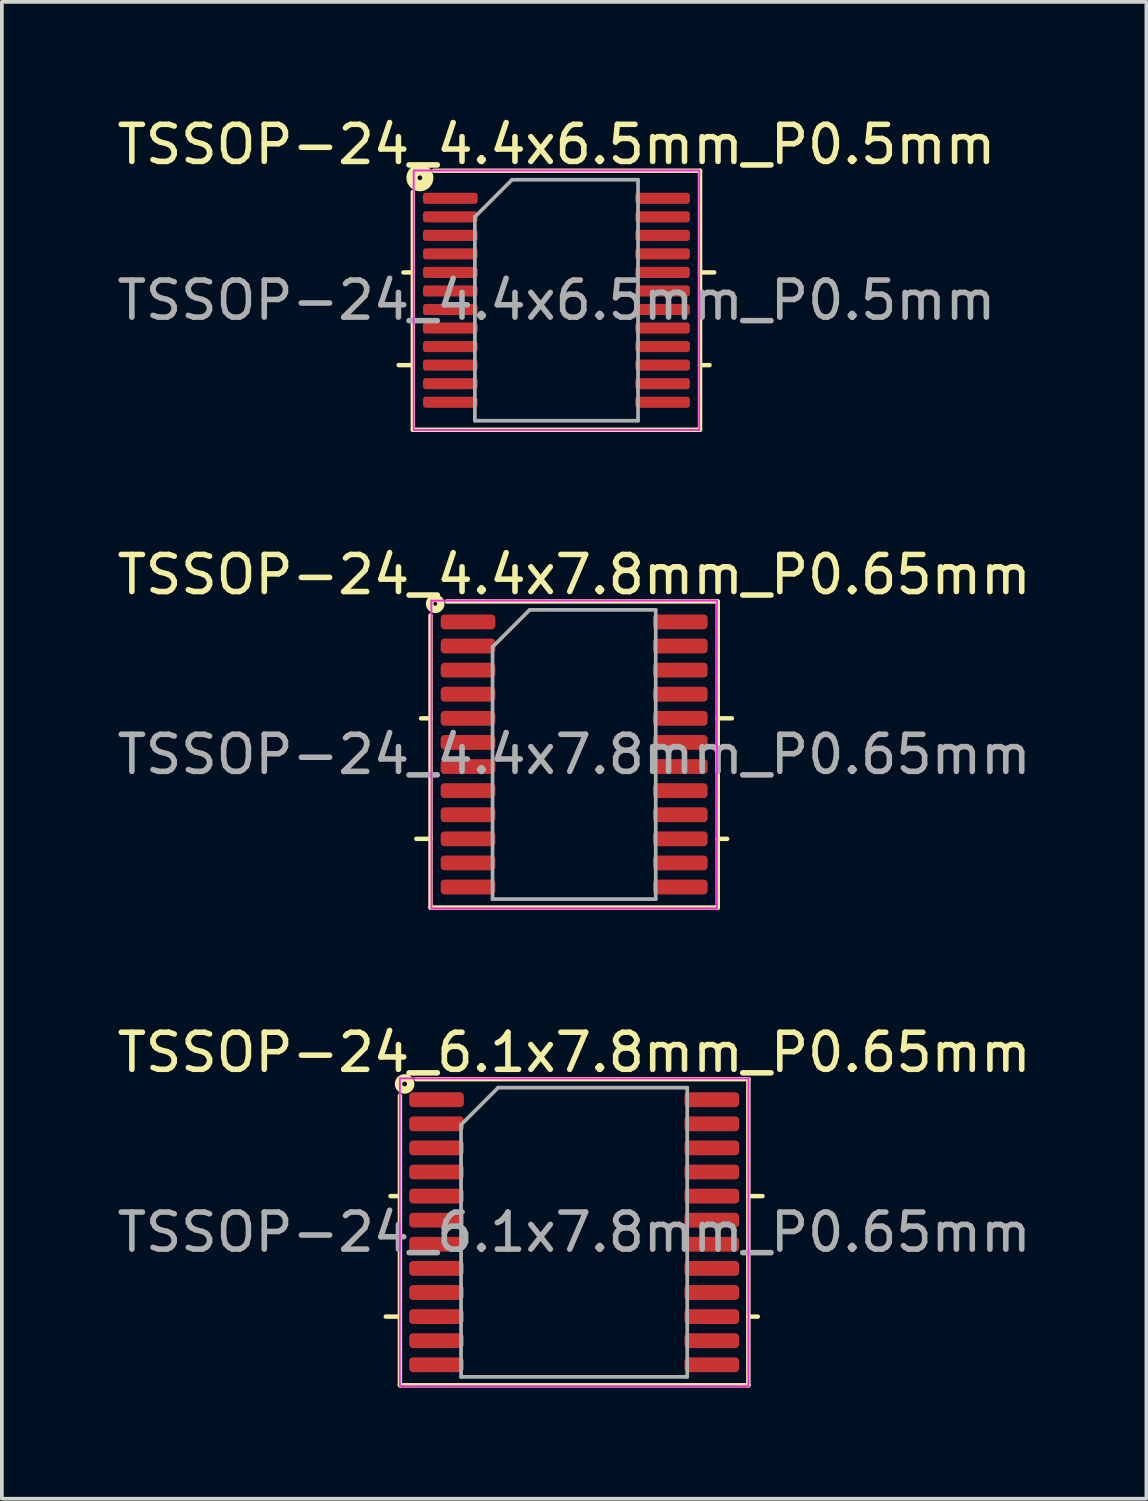
<source format=kicad_pcb>
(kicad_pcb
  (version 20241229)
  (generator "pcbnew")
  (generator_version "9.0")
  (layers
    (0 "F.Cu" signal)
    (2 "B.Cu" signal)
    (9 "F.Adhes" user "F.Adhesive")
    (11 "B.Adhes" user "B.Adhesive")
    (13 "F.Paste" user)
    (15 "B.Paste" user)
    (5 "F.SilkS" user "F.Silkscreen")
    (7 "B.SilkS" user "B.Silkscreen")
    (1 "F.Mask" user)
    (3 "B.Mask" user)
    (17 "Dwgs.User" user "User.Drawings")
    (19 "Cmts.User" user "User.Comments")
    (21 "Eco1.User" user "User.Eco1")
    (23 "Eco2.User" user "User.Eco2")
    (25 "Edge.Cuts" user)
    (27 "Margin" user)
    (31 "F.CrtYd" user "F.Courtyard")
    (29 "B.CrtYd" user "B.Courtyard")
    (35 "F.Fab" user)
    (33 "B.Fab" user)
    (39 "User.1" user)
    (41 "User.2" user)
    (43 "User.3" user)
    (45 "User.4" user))
  (footprint "TSSOP-24_6.1x7.8mm_P0.65mm"
    (layer "F.Cu")
    (at 12.435 30.185)
    (property "Reference" "TSSOP-24_6.1x7.8mm_P0.65mm" (at 0 -4.85 0) (layer "F.SilkS") (effects (font (size 1 1) (thickness 0.15))))
    (attr smd)
    (fp_line (start -4.699 -3.683) (end -4.699 4.128) (stroke (width 0.12) (type solid)) (layer "F.SilkS"))
    (fp_line (start -4.699 -0.975) (end -4.953 -0.975) (stroke (width 0.12) (type solid)) (layer "F.SilkS"))
    (fp_line (start -4.699 2.275) (end -5.08 2.275) (stroke (width 0.12) (type solid)) (layer "F.SilkS"))
    (fp_line (start -4.699 4.128) (end 4.699 4.128) (stroke (width 0.12) (type solid)) (layer "F.SilkS"))
    (fp_line (start 4.699 -4.128) (end -4.255 -4.128) (stroke (width 0.12) (type solid)) (layer "F.SilkS"))
    (fp_line (start 4.699 -0.975) (end 5.08 -0.975) (stroke (width 0.12) (type solid)) (layer "F.SilkS"))
    (fp_line (start 4.699 2.275) (end 4.953 2.275) (stroke (width 0.12) (type solid)) (layer "F.SilkS"))
    (fp_line (start 4.699 4.128) (end 4.699 -4.128) (stroke (width 0.12) (type solid)) (layer "F.SilkS"))
    (fp_circle (center -4.572 -4) (end -4.508 -4) (stroke (width 0.2) (type solid)) (fill no) (layer "F.SilkS"))
    (fp_line (start -4.7 -4.15) (end -4.7 4.15) (stroke (width 0.05) (type solid)) (layer "F.CrtYd"))
    (fp_line (start -4.7 4.15) (end 4.7 4.15) (stroke (width 0.05) (type solid)) (layer "F.CrtYd"))
    (fp_line (start 4.7 -4.15) (end -4.7 -4.15) (stroke (width 0.05) (type solid)) (layer "F.CrtYd"))
    (fp_line (start 4.7 4.15) (end 4.7 -4.15) (stroke (width 0.05) (type solid)) (layer "F.CrtYd"))
    (fp_line (start -3.05 -2.9) (end -2.05 -3.9) (stroke (width 0.1) (type solid)) (layer "F.Fab"))
    (fp_line (start -3.05 3.9) (end -3.05 -2.9) (stroke (width 0.1) (type solid)) (layer "F.Fab"))
    (fp_line (start -2.05 -3.9) (end 3.05 -3.9) (stroke (width 0.1) (type solid)) (layer "F.Fab"))
    (fp_line (start 3.05 -3.9) (end 3.05 3.9) (stroke (width 0.1) (type solid)) (layer "F.Fab"))
    (fp_line (start 3.05 3.9) (end -3.05 3.9) (stroke (width 0.1) (type solid)) (layer "F.Fab"))
    (fp_text user "${REFERENCE}" (at 0 0 0) (layer "F.Fab") (effects (font (size 1 1) (thickness 0.15))))
    (pad "1" smd roundrect (at -3.712 -3.575) (size 1.475 0.4) (layers "F.Cu" "F.Mask" "F.Paste") (roundrect_rratio 0.25))
    (pad "2" smd roundrect (at -3.712 -2.925) (size 1.475 0.4) (layers "F.Cu" "F.Mask" "F.Paste") (roundrect_rratio 0.25))
    (pad "3" smd roundrect (at -3.712 -2.275) (size 1.475 0.4) (layers "F.Cu" "F.Mask" "F.Paste") (roundrect_rratio 0.25))
    (pad "4" smd roundrect (at -3.712 -1.625) (size 1.475 0.4) (layers "F.Cu" "F.Mask" "F.Paste") (roundrect_rratio 0.25))
    (pad "5" smd roundrect (at -3.712 -0.975) (size 1.475 0.4) (layers "F.Cu" "F.Mask" "F.Paste") (roundrect_rratio 0.25))
    (pad "6" smd roundrect (at -3.712 -0.325) (size 1.475 0.4) (layers "F.Cu" "F.Mask" "F.Paste") (roundrect_rratio 0.25))
    (pad "7" smd roundrect (at -3.712 0.325) (size 1.475 0.4) (layers "F.Cu" "F.Mask" "F.Paste") (roundrect_rratio 0.25))
    (pad "8" smd roundrect (at -3.712 0.975) (size 1.475 0.4) (layers "F.Cu" "F.Mask" "F.Paste") (roundrect_rratio 0.25))
    (pad "9" smd roundrect (at -3.712 1.625) (size 1.475 0.4) (layers "F.Cu" "F.Mask" "F.Paste") (roundrect_rratio 0.25))
    (pad "10" smd roundrect (at -3.712 2.275) (size 1.475 0.4) (layers "F.Cu" "F.Mask" "F.Paste") (roundrect_rratio 0.25))
    (pad "11" smd roundrect (at -3.712 2.925) (size 1.475 0.4) (layers "F.Cu" "F.Mask" "F.Paste") (roundrect_rratio 0.25))
    (pad "12" smd roundrect (at -3.712 3.575) (size 1.475 0.4) (layers "F.Cu" "F.Mask" "F.Paste") (roundrect_rratio 0.25))
    (pad "13" smd roundrect (at 3.712 3.575) (size 1.475 0.4) (layers "F.Cu" "F.Mask" "F.Paste") (roundrect_rratio 0.25))
    (pad "14" smd roundrect (at 3.712 2.925) (size 1.475 0.4) (layers "F.Cu" "F.Mask" "F.Paste") (roundrect_rratio 0.25))
    (pad "15" smd roundrect (at 3.712 2.275) (size 1.475 0.4) (layers "F.Cu" "F.Mask" "F.Paste") (roundrect_rratio 0.25))
    (pad "16" smd roundrect (at 3.712 1.625) (size 1.475 0.4) (layers "F.Cu" "F.Mask" "F.Paste") (roundrect_rratio 0.25))
    (pad "17" smd roundrect (at 3.712 0.975) (size 1.475 0.4) (layers "F.Cu" "F.Mask" "F.Paste") (roundrect_rratio 0.25))
    (pad "18" smd roundrect (at 3.712 0.325) (size 1.475 0.4) (layers "F.Cu" "F.Mask" "F.Paste") (roundrect_rratio 0.25))
    (pad "19" smd roundrect (at 3.712 -0.325) (size 1.475 0.4) (layers "F.Cu" "F.Mask" "F.Paste") (roundrect_rratio 0.25))
    (pad "20" smd roundrect (at 3.712 -0.975) (size 1.475 0.4) (layers "F.Cu" "F.Mask" "F.Paste") (roundrect_rratio 0.25))
    (pad "21" smd roundrect (at 3.712 -1.625) (size 1.475 0.4) (layers "F.Cu" "F.Mask" "F.Paste") (roundrect_rratio 0.25))
    (pad "22" smd roundrect (at 3.712 -2.275) (size 1.475 0.4) (layers "F.Cu" "F.Mask" "F.Paste") (roundrect_rratio 0.25))
    (pad "23" smd roundrect (at 3.712 -2.925) (size 1.475 0.4) (layers "F.Cu" "F.Mask" "F.Paste") (roundrect_rratio 0.25))
    (pad "24" smd roundrect (at 3.712 -3.575) (size 1.475 0.4) (layers "F.Cu" "F.Mask" "F.Paste") (roundrect_rratio 0.25)))
  (footprint "TSSOP-24_4.4x6.5mm_P0.5mm"
    (layer "F.Cu")
    (at 11.958 5.048)
    (property "Reference" "TSSOP-24_4.4x6.5mm_P0.5mm" (at 0 -4.2 0) (layer "F.SilkS") (effects (font (size 1 1) (thickness 0.15))))
    (attr smd)
    (fp_line (start -4.255 1.75) (end -3.873 1.75) (stroke (width 0.12) (type solid)) (layer "F.SilkS"))
    (fp_line (start -3.873 -2.921) (end -3.873 3.493) (stroke (width 0.12) (type solid)) (layer "F.SilkS"))
    (fp_line (start -3.873 -0.75) (end -4.128 -0.75) (stroke (width 0.12) (type solid)) (layer "F.SilkS"))
    (fp_line (start -3.873 3.493) (end 3.873 3.493) (stroke (width 0.12) (type solid)) (layer "F.SilkS"))
    (fp_line (start 3.873 -3.493) (end -3.302 -3.493) (stroke (width 0.12) (type solid)) (layer "F.SilkS"))
    (fp_line (start 3.873 -0.75) (end 4.255 -0.75) (stroke (width 0.12) (type solid)) (layer "F.SilkS"))
    (fp_line (start 3.873 1.75) (end 4.128 1.75) (stroke (width 0.12) (type solid)) (layer "F.SilkS"))
    (fp_line (start 3.873 3.493) (end 3.873 -3.493) (stroke (width 0.12) (type solid)) (layer "F.SilkS"))
    (fp_circle (center -3.683 -3.302) (end -3.619 -3.302) (stroke (width 0.3) (type solid)) (fill no) (layer "F.SilkS"))
    (fp_line (start -3.85 -3.5) (end -3.85 3.5) (stroke (width 0.05) (type solid)) (layer "F.CrtYd"))
    (fp_line (start -3.85 3.5) (end 3.85 3.5) (stroke (width 0.05) (type solid)) (layer "F.CrtYd"))
    (fp_line (start 3.85 -3.5) (end -3.85 -3.5) (stroke (width 0.05) (type solid)) (layer "F.CrtYd"))
    (fp_line (start 3.85 3.5) (end 3.85 -3.5) (stroke (width 0.05) (type solid)) (layer "F.CrtYd"))
    (fp_line (start -2.2 -2.25) (end -1.2 -3.25) (stroke (width 0.1) (type solid)) (layer "F.Fab"))
    (fp_line (start -2.2 3.25) (end -2.2 -2.25) (stroke (width 0.1) (type solid)) (layer "F.Fab"))
    (fp_line (start -1.2 -3.25) (end 2.2 -3.25) (stroke (width 0.1) (type solid)) (layer "F.Fab"))
    (fp_line (start 2.2 -3.25) (end 2.2 3.25) (stroke (width 0.1) (type solid)) (layer "F.Fab"))
    (fp_line (start 2.2 3.25) (end -2.2 3.25) (stroke (width 0.1) (type solid)) (layer "F.Fab"))
    (fp_text user "${REFERENCE}" (at 0 0 0) (layer "F.Fab") (effects (font (size 1 1) (thickness 0.15))))
    (pad "1" smd roundrect (at -2.862 -2.75) (size 1.475 0.3) (layers "F.Cu" "F.Mask" "F.Paste") (roundrect_rratio 0.25))
    (pad "2" smd roundrect (at -2.862 -2.25) (size 1.475 0.3) (layers "F.Cu" "F.Mask" "F.Paste") (roundrect_rratio 0.25))
    (pad "3" smd roundrect (at -2.862 -1.75) (size 1.475 0.3) (layers "F.Cu" "F.Mask" "F.Paste") (roundrect_rratio 0.25))
    (pad "4" smd roundrect (at -2.862 -1.25) (size 1.475 0.3) (layers "F.Cu" "F.Mask" "F.Paste") (roundrect_rratio 0.25))
    (pad "5" smd roundrect (at -2.862 -0.75) (size 1.475 0.3) (layers "F.Cu" "F.Mask" "F.Paste") (roundrect_rratio 0.25))
    (pad "6" smd roundrect (at -2.862 -0.25) (size 1.475 0.3) (layers "F.Cu" "F.Mask" "F.Paste") (roundrect_rratio 0.25))
    (pad "7" smd roundrect (at -2.862 0.25) (size 1.475 0.3) (layers "F.Cu" "F.Mask" "F.Paste") (roundrect_rratio 0.25))
    (pad "8" smd roundrect (at -2.862 0.75) (size 1.475 0.3) (layers "F.Cu" "F.Mask" "F.Paste") (roundrect_rratio 0.25))
    (pad "9" smd roundrect (at -2.862 1.25) (size 1.475 0.3) (layers "F.Cu" "F.Mask" "F.Paste") (roundrect_rratio 0.25))
    (pad "10" smd roundrect (at -2.862 1.75) (size 1.475 0.3) (layers "F.Cu" "F.Mask" "F.Paste") (roundrect_rratio 0.25))
    (pad "11" smd roundrect (at -2.862 2.25) (size 1.475 0.3) (layers "F.Cu" "F.Mask" "F.Paste") (roundrect_rratio 0.25))
    (pad "12" smd roundrect (at -2.862 2.75) (size 1.475 0.3) (layers "F.Cu" "F.Mask" "F.Paste") (roundrect_rratio 0.25))
    (pad "13" smd roundrect (at 2.862 2.75) (size 1.475 0.3) (layers "F.Cu" "F.Mask" "F.Paste") (roundrect_rratio 0.25))
    (pad "14" smd roundrect (at 2.862 2.25) (size 1.475 0.3) (layers "F.Cu" "F.Mask" "F.Paste") (roundrect_rratio 0.25))
    (pad "15" smd roundrect (at 2.862 1.75) (size 1.475 0.3) (layers "F.Cu" "F.Mask" "F.Paste") (roundrect_rratio 0.25))
    (pad "16" smd roundrect (at 2.862 1.25) (size 1.475 0.3) (layers "F.Cu" "F.Mask" "F.Paste") (roundrect_rratio 0.25))
    (pad "17" smd roundrect (at 2.862 0.75) (size 1.475 0.3) (layers "F.Cu" "F.Mask" "F.Paste") (roundrect_rratio 0.25))
    (pad "18" smd roundrect (at 2.862 0.25) (size 1.475 0.3) (layers "F.Cu" "F.Mask" "F.Paste") (roundrect_rratio 0.25))
    (pad "19" smd roundrect (at 2.862 -0.25) (size 1.475 0.3) (layers "F.Cu" "F.Mask" "F.Paste") (roundrect_rratio 0.25))
    (pad "20" smd roundrect (at 2.862 -0.75) (size 1.475 0.3) (layers "F.Cu" "F.Mask" "F.Paste") (roundrect_rratio 0.25))
    (pad "21" smd roundrect (at 2.862 -1.25) (size 1.475 0.3) (layers "F.Cu" "F.Mask" "F.Paste") (roundrect_rratio 0.25))
    (pad "22" smd roundrect (at 2.862 -1.75) (size 1.475 0.3) (layers "F.Cu" "F.Mask" "F.Paste") (roundrect_rratio 0.25))
    (pad "23" smd roundrect (at 2.862 -2.25) (size 1.475 0.3) (layers "F.Cu" "F.Mask" "F.Paste") (roundrect_rratio 0.25))
    (pad "24" smd roundrect (at 2.862 -2.75) (size 1.475 0.3) (layers "F.Cu" "F.Mask" "F.Paste") (roundrect_rratio 0.25)))
  (footprint "TSSOP-24_4.4x7.8mm_P0.65mm"
    (layer "F.Cu")
    (at 12.435 17.299)
    (property "Reference" "TSSOP-24_4.4x7.8mm_P0.65mm" (at 0 -4.85 0) (layer "F.SilkS") (effects (font (size 1 1) (thickness 0.15))))
    (attr smd)
    (fp_line (start -3.873 -3.747) (end -3.873 4.128) (stroke (width 0.12) (type solid)) (layer "F.SilkS"))
    (fp_line (start -3.873 -0.975) (end -4.128 -0.975) (stroke (width 0.12) (type solid)) (layer "F.SilkS"))
    (fp_line (start -3.873 2.275) (end -4.255 2.275) (stroke (width 0.12) (type solid)) (layer "F.SilkS"))
    (fp_line (start -3.873 4.128) (end 3.873 4.128) (stroke (width 0.12) (type solid)) (layer "F.SilkS"))
    (fp_line (start 3.873 -4.128) (end -3.429 -4.128) (stroke (width 0.12) (type solid)) (layer "F.SilkS"))
    (fp_line (start 3.873 -0.975) (end 4.255 -0.975) (stroke (width 0.12) (type solid)) (layer "F.SilkS"))
    (fp_line (start 3.873 2.275) (end 4.128 2.275) (stroke (width 0.12) (type solid)) (layer "F.SilkS"))
    (fp_line (start 3.873 4.128) (end 3.873 -4.128) (stroke (width 0.12) (type solid)) (layer "F.SilkS"))
    (fp_circle (center -3.747 -4.064) (end -3.696 -4.064) (stroke (width 0.2) (type solid)) (fill no) (layer "F.SilkS"))
    (fp_line (start -3.85 -4.15) (end -3.85 4.15) (stroke (width 0.05) (type solid)) (layer "F.CrtYd"))
    (fp_line (start -3.85 4.15) (end 3.85 4.15) (stroke (width 0.05) (type solid)) (layer "F.CrtYd"))
    (fp_line (start 3.85 -4.15) (end -3.85 -4.15) (stroke (width 0.05) (type solid)) (layer "F.CrtYd"))
    (fp_line (start 3.85 4.15) (end 3.85 -4.15) (stroke (width 0.05) (type solid)) (layer "F.CrtYd"))
    (fp_line (start -2.2 -2.9) (end -1.2 -3.9) (stroke (width 0.1) (type solid)) (layer "F.Fab"))
    (fp_line (start -2.2 3.9) (end -2.2 -2.9) (stroke (width 0.1) (type solid)) (layer "F.Fab"))
    (fp_line (start -1.2 -3.9) (end 2.2 -3.9) (stroke (width 0.1) (type solid)) (layer "F.Fab"))
    (fp_line (start 2.2 -3.9) (end 2.2 3.9) (stroke (width 0.1) (type solid)) (layer "F.Fab"))
    (fp_line (start 2.2 3.9) (end -2.2 3.9) (stroke (width 0.1) (type solid)) (layer "F.Fab"))
    (fp_text user "${REFERENCE}" (at 0 0 0) (layer "F.Fab") (effects (font (size 1 1) (thickness 0.15))))
    (pad "1" smd roundrect (at -2.862 -3.575) (size 1.475 0.4) (layers "F.Cu" "F.Mask" "F.Paste") (roundrect_rratio 0.25))
    (pad "2" smd roundrect (at -2.862 -2.925) (size 1.475 0.4) (layers "F.Cu" "F.Mask" "F.Paste") (roundrect_rratio 0.25))
    (pad "3" smd roundrect (at -2.862 -2.275) (size 1.475 0.4) (layers "F.Cu" "F.Mask" "F.Paste") (roundrect_rratio 0.25))
    (pad "4" smd roundrect (at -2.862 -1.625) (size 1.475 0.4) (layers "F.Cu" "F.Mask" "F.Paste") (roundrect_rratio 0.25))
    (pad "5" smd roundrect (at -2.862 -0.975) (size 1.475 0.4) (layers "F.Cu" "F.Mask" "F.Paste") (roundrect_rratio 0.25))
    (pad "6" smd roundrect (at -2.862 -0.325) (size 1.475 0.4) (layers "F.Cu" "F.Mask" "F.Paste") (roundrect_rratio 0.25))
    (pad "7" smd roundrect (at -2.862 0.325) (size 1.475 0.4) (layers "F.Cu" "F.Mask" "F.Paste") (roundrect_rratio 0.25))
    (pad "8" smd roundrect (at -2.862 0.975) (size 1.475 0.4) (layers "F.Cu" "F.Mask" "F.Paste") (roundrect_rratio 0.25))
    (pad "9" smd roundrect (at -2.862 1.625) (size 1.475 0.4) (layers "F.Cu" "F.Mask" "F.Paste") (roundrect_rratio 0.25))
    (pad "10" smd roundrect (at -2.862 2.275) (size 1.475 0.4) (layers "F.Cu" "F.Mask" "F.Paste") (roundrect_rratio 0.25))
    (pad "11" smd roundrect (at -2.862 2.925) (size 1.475 0.4) (layers "F.Cu" "F.Mask" "F.Paste") (roundrect_rratio 0.25))
    (pad "12" smd roundrect (at -2.862 3.575) (size 1.475 0.4) (layers "F.Cu" "F.Mask" "F.Paste") (roundrect_rratio 0.25))
    (pad "13" smd roundrect (at 2.862 3.575) (size 1.475 0.4) (layers "F.Cu" "F.Mask" "F.Paste") (roundrect_rratio 0.25))
    (pad "14" smd roundrect (at 2.862 2.925) (size 1.475 0.4) (layers "F.Cu" "F.Mask" "F.Paste") (roundrect_rratio 0.25))
    (pad "15" smd roundrect (at 2.862 2.275) (size 1.475 0.4) (layers "F.Cu" "F.Mask" "F.Paste") (roundrect_rratio 0.25))
    (pad "16" smd roundrect (at 2.862 1.625) (size 1.475 0.4) (layers "F.Cu" "F.Mask" "F.Paste") (roundrect_rratio 0.25))
    (pad "17" smd roundrect (at 2.862 0.975) (size 1.475 0.4) (layers "F.Cu" "F.Mask" "F.Paste") (roundrect_rratio 0.25))
    (pad "18" smd roundrect (at 2.862 0.325) (size 1.475 0.4) (layers "F.Cu" "F.Mask" "F.Paste") (roundrect_rratio 0.25))
    (pad "19" smd roundrect (at 2.862 -0.325) (size 1.475 0.4) (layers "F.Cu" "F.Mask" "F.Paste") (roundrect_rratio 0.25))
    (pad "20" smd roundrect (at 2.862 -0.975) (size 1.475 0.4) (layers "F.Cu" "F.Mask" "F.Paste") (roundrect_rratio 0.25))
    (pad "21" smd roundrect (at 2.862 -1.625) (size 1.475 0.4) (layers "F.Cu" "F.Mask" "F.Paste") (roundrect_rratio 0.25))
    (pad "22" smd roundrect (at 2.862 -2.275) (size 1.475 0.4) (layers "F.Cu" "F.Mask" "F.Paste") (roundrect_rratio 0.25))
    (pad "23" smd roundrect (at 2.862 -2.925) (size 1.475 0.4) (layers "F.Cu" "F.Mask" "F.Paste") (roundrect_rratio 0.25))
    (pad "24" smd roundrect (at 2.862 -3.575) (size 1.475 0.4) (layers "F.Cu" "F.Mask" "F.Paste") (roundrect_rratio 0.25)))
  (gr_rect
    (start -3 -3)
    (end 27.869 37.372)
    (stroke (width 0.1) (type default))
    (fill no)
    (layer "Edge.Cuts")))
</source>
